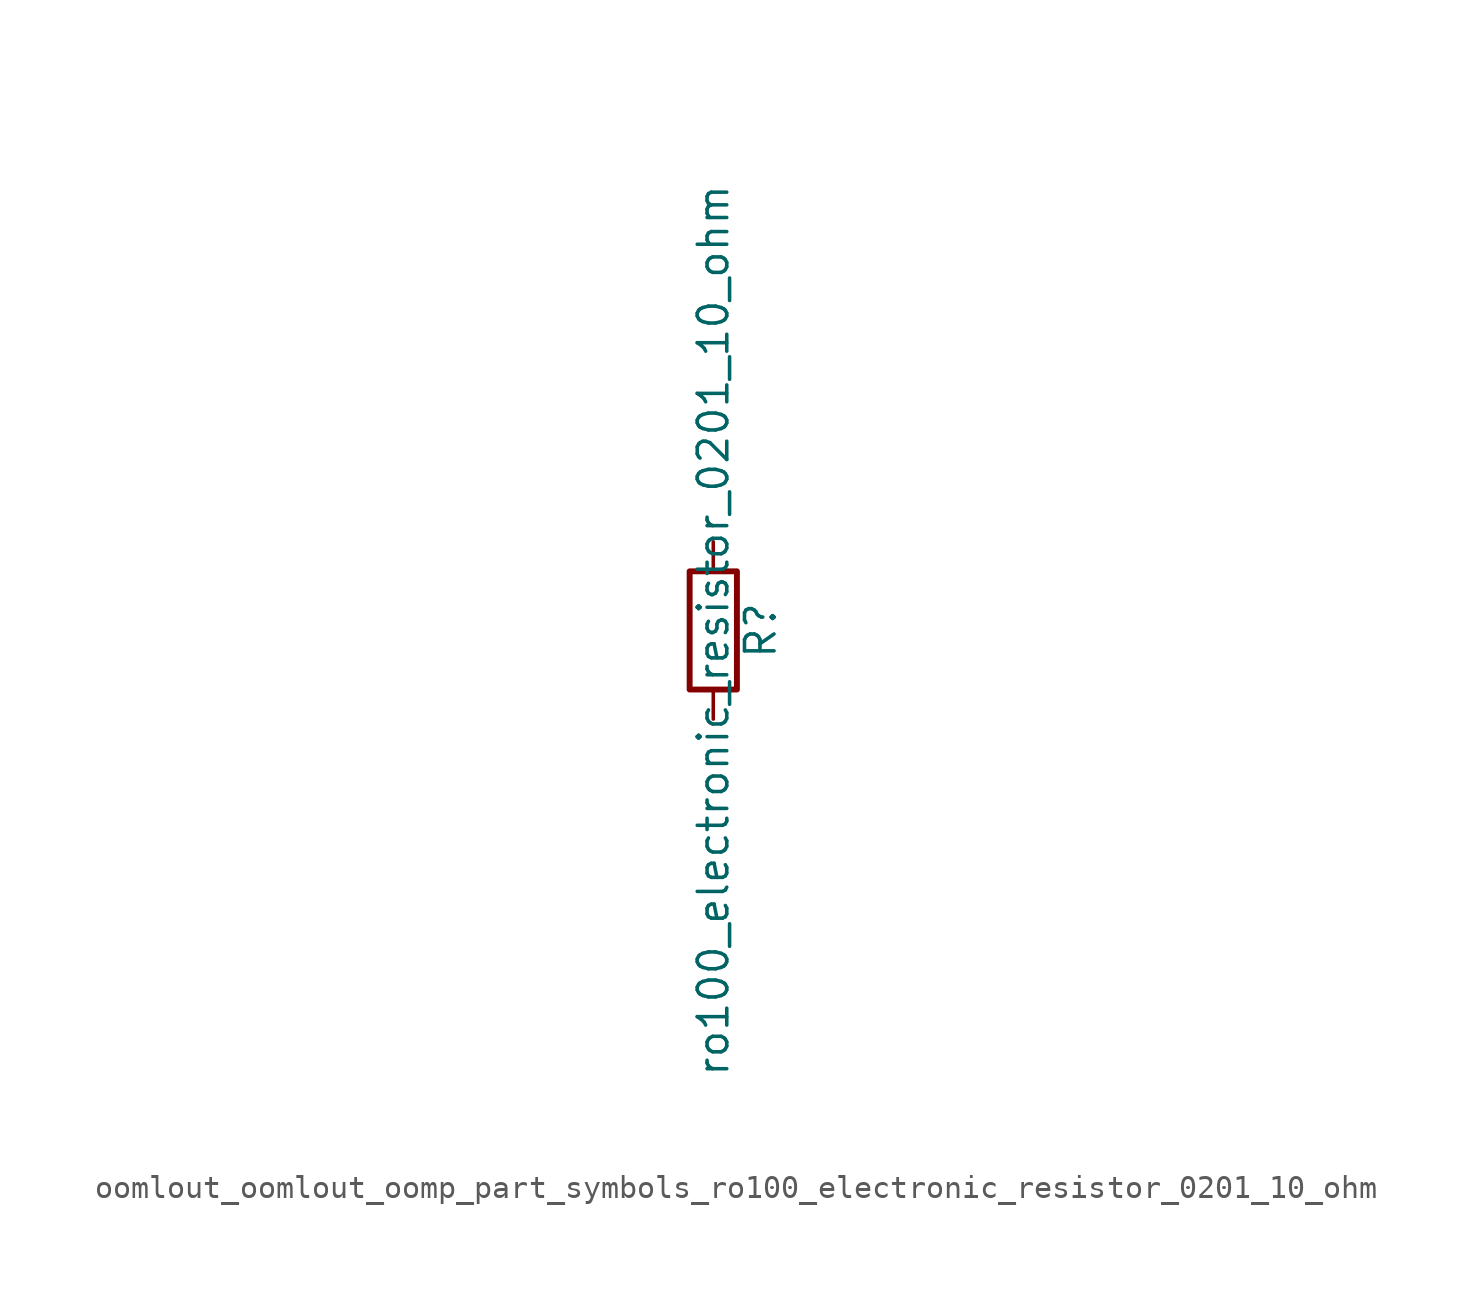
<source format=kicad_sym>
(kicad_symbol_lib
  (version 20220914)
  (generator kicad_symbol_editor)
  (symbol "oomlout_oomlout_oomp_part_symbols_ro100_electronic_resistor_0201_10_ohm"
    (pin_numbers hide)
    (pin_names
      (offset 0))
    (property "Reference" "R"
      (at 2.032 0 90)
      (effects (font (size 1.27 1.27))))
    (property "Value" "ro100_electronic_resistor_0201_10_ohm"
      (at 0 0 90)
      (effects (font (size 1.27 1.27))))
    (symbol "oomlout_oomlout_oomp_part_symbols_ro100_electronic_resistor_0201_10_ohm_0_1"
      (rectangle (start -1.016 -2.54) (end 1.016 2.54) (stroke (width 0.254) (type default)) (fill (type none))))
    (symbol "oomlout_oomlout_oomp_part_symbols_ro100_electronic_resistor_0201_10_ohm_1_1"
      (pin passive line (at 0 3.81 270) (length 1.27) (name "~" (effects (font (size 1.27 1.27)))) (number "1" (effects (font (size 1.27 1.27)))))
      (pin passive line (at 0 -3.81 90) (length 1.27) (name "~" (effects (font (size 1.27 1.27)))) (number "2" (effects (font (size 1.27 1.27))))))))
</source>
